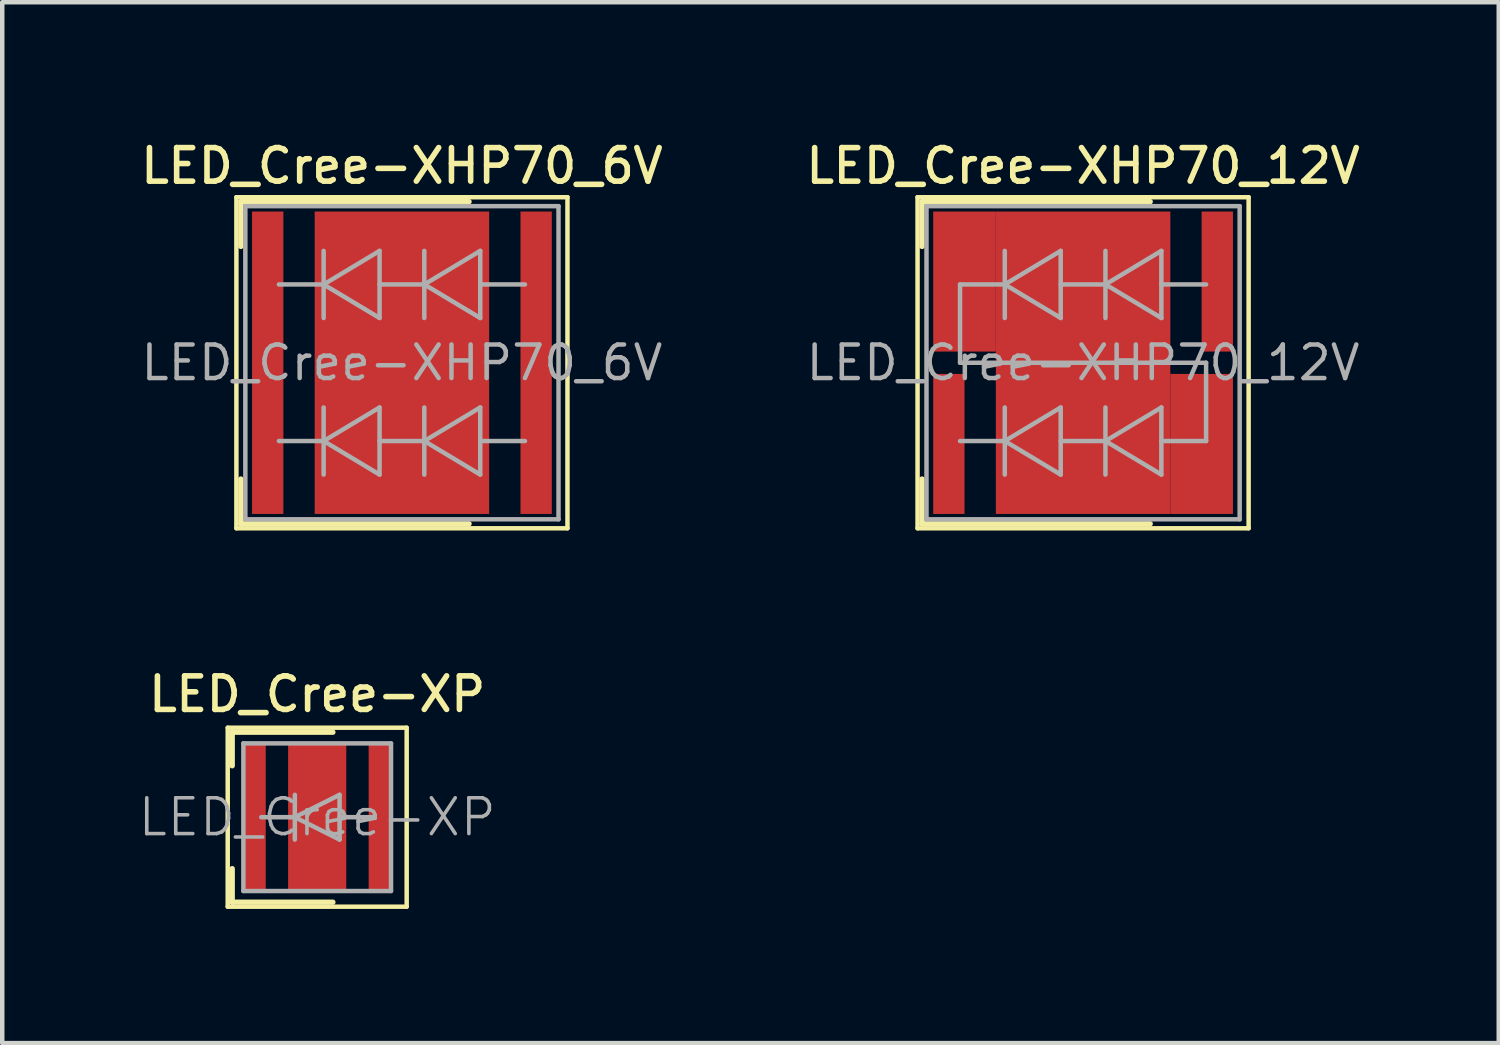
<source format=kicad_pcb>
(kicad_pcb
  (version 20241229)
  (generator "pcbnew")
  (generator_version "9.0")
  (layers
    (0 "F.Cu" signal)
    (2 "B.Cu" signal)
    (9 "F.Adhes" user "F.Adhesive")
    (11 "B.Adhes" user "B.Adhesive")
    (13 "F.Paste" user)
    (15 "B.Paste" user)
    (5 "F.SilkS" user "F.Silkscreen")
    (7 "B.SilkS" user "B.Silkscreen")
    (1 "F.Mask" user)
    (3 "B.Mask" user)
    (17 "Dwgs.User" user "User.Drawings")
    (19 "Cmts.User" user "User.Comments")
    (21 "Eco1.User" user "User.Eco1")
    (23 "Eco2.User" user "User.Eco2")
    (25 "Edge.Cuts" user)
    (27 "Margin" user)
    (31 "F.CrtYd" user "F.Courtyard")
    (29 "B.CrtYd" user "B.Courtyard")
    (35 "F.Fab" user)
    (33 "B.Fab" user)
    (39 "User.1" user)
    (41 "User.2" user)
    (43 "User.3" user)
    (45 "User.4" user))
  (footprint "LED_Cree-XP"
    (layer "F.Cu")
    (at 4.04 15.216)
    (property "Reference" "LED_Cree-XP" (at 0 -2.75 0) (layer "F.SilkS") (effects (font (size 0.75 0.75) (thickness 0.125))))
    (attr smd)
    (fp_line (start -2 -2) (end 2 -2) (stroke (width 0.1) (type solid)) (layer "F.SilkS"))
    (fp_line (start -2 2) (end -2 -2) (stroke (width 0.1) (type solid)) (layer "F.SilkS"))
    (fp_line (start -1.9 -1.9) (end -1.9 -1.15) (stroke (width 0.12) (type solid)) (layer "F.SilkS"))
    (fp_line (start -1.9 1.9) (end -1.9 1.15) (stroke (width 0.12) (type solid)) (layer "F.SilkS"))
    (fp_line (start 0.35 -1.9) (end -1.9 -1.9) (stroke (width 0.12) (type solid)) (layer "F.SilkS"))
    (fp_line (start 0.35 1.9) (end -1.9 1.9) (stroke (width 0.12) (type solid)) (layer "F.SilkS"))
    (fp_line (start 2 -2) (end 2 2) (stroke (width 0.1) (type solid)) (layer "F.SilkS"))
    (fp_line (start 2 2) (end -2 2) (stroke (width 0.1) (type solid)) (layer "F.SilkS"))
    (fp_line (start -1.65 -1.65) (end 1.65 -1.65) (stroke (width 0.1) (type solid)) (layer "F.Fab"))
    (fp_line (start -1.65 1.65) (end -1.65 -1.65) (stroke (width 0.1) (type solid)) (layer "F.Fab"))
    (fp_line (start -1.25 0) (end -0.5 0) (stroke (width 0.1) (type solid)) (layer "F.Fab"))
    (fp_line (start -0.5 -0.5) (end -0.5 0.5) (stroke (width 0.1) (type solid)) (layer "F.Fab"))
    (fp_line (start -0.5 0) (end 0.5 -0.5) (stroke (width 0.1) (type solid)) (layer "F.Fab"))
    (fp_line (start 0.5 -0.5) (end 0.5 0.5) (stroke (width 0.1) (type solid)) (layer "F.Fab"))
    (fp_line (start 0.5 0.5) (end -0.5 0) (stroke (width 0.1) (type solid)) (layer "F.Fab"))
    (fp_line (start 1.25 0) (end 0.5 0) (stroke (width 0.1) (type solid)) (layer "F.Fab"))
    (fp_line (start 1.65 -1.65) (end 1.65 1.65) (stroke (width 0.1) (type solid)) (layer "F.Fab"))
    (fp_line (start 1.65 1.65) (end -1.65 1.65) (stroke (width 0.1) (type solid)) (layer "F.Fab"))
    (fp_text user "${REFERENCE}" (at 0 0 0) (layer "F.Fab") (effects (font (size 0.8 0.8) (thickness 0.08))))
    (pad "" smd rect (at 0 -1) (size 1.01 0.75) (layers "F.Paste"))
    (pad "" smd rect (at 0 0) (size 1.01 0.75) (layers "F.Paste"))
    (pad "" smd rect (at 0 1) (size 1.01 0.75) (layers "F.Paste"))
    (pad "1" smd rect (at -1.4 0) (size 0.5 3.3) (layers "F.Cu" "F.Mask" "F.Paste"))
    (pad "2" smd rect (at 1.4 0) (size 0.5 3.3) (layers "F.Cu" "F.Mask" "F.Paste"))
    (pad "3" smd rect (at 0 0) (size 1.3 3.3) (layers "F.Cu" "F.Mask")))
  (footprint "LED_Cree-XHP70_6V"
    (layer "F.Cu")
    (at 5.934 5.058)
    (property "Reference" "LED_Cree-XHP70_6V" (at 0 -4.4 0) (layer "F.SilkS") (effects (font (size 0.75 0.75) (thickness 0.125))))
    (attr smd)
    (fp_line (start -3.7 -3.7) (end -3.7 3.7) (stroke (width 0.1) (type solid)) (layer "F.SilkS"))
    (fp_line (start -3.7 3.7) (end 3.7 3.7) (stroke (width 0.1) (type solid)) (layer "F.SilkS"))
    (fp_line (start -3.6 -3.6) (end -3.6 -2.6) (stroke (width 0.12) (type solid)) (layer "F.SilkS"))
    (fp_line (start -3.6 3.6) (end -3.6 2.6) (stroke (width 0.12) (type solid)) (layer "F.SilkS"))
    (fp_line (start 1.5 -3.6) (end -3.6 -3.6) (stroke (width 0.12) (type solid)) (layer "F.SilkS"))
    (fp_line (start 1.5 3.6) (end -3.6 3.6) (stroke (width 0.12) (type solid)) (layer "F.SilkS"))
    (fp_line (start 3.7 -3.7) (end -3.7 -3.7) (stroke (width 0.1) (type solid)) (layer "F.SilkS"))
    (fp_line (start 3.7 3.7) (end 3.7 -3.7) (stroke (width 0.1) (type solid)) (layer "F.SilkS"))
    (fp_line (start -3.5 -3.5) (end -3.5 3.5) (stroke (width 0.1) (type solid)) (layer "F.Fab"))
    (fp_line (start -3.5 3.5) (end 3.5 3.5) (stroke (width 0.1) (type solid)) (layer "F.Fab"))
    (fp_line (start -2.75 -1.75) (end -1.75 -1.75) (stroke (width 0.1) (type solid)) (layer "F.Fab"))
    (fp_line (start -2.75 1.75) (end -1.75 1.75) (stroke (width 0.1) (type solid)) (layer "F.Fab"))
    (fp_line (start -1.75 -1.75) (end -1.75 -2.5) (stroke (width 0.1) (type solid)) (layer "F.Fab"))
    (fp_line (start -1.75 -1.75) (end -1.75 -1) (stroke (width 0.1) (type solid)) (layer "F.Fab"))
    (fp_line (start -1.75 -1.75) (end -0.5 -1) (stroke (width 0.1) (type solid)) (layer "F.Fab"))
    (fp_line (start -1.75 1.75) (end -1.75 1) (stroke (width 0.1) (type solid)) (layer "F.Fab"))
    (fp_line (start -1.75 1.75) (end -1.75 2.5) (stroke (width 0.1) (type solid)) (layer "F.Fab"))
    (fp_line (start -1.75 1.75) (end -0.5 2.5) (stroke (width 0.1) (type solid)) (layer "F.Fab"))
    (fp_line (start -0.5 -2.5) (end -1.75 -1.75) (stroke (width 0.1) (type solid)) (layer "F.Fab"))
    (fp_line (start -0.5 -1.75) (end 0.5 -1.75) (stroke (width 0.1) (type solid)) (layer "F.Fab"))
    (fp_line (start -0.5 -1) (end -0.5 -2.5) (stroke (width 0.1) (type solid)) (layer "F.Fab"))
    (fp_line (start -0.5 1) (end -1.75 1.75) (stroke (width 0.1) (type solid)) (layer "F.Fab"))
    (fp_line (start -0.5 1.75) (end 0.5 1.75) (stroke (width 0.1) (type solid)) (layer "F.Fab"))
    (fp_line (start -0.5 2.5) (end -0.5 1) (stroke (width 0.1) (type solid)) (layer "F.Fab"))
    (fp_line (start 0.5 -2.5) (end 0.5 -1) (stroke (width 0.1) (type solid)) (layer "F.Fab"))
    (fp_line (start 0.5 -1.75) (end 1.75 -2.5) (stroke (width 0.1) (type solid)) (layer "F.Fab"))
    (fp_line (start 0.5 1) (end 0.5 2.5) (stroke (width 0.1) (type solid)) (layer "F.Fab"))
    (fp_line (start 0.5 1.75) (end 1.75 1) (stroke (width 0.1) (type solid)) (layer "F.Fab"))
    (fp_line (start 1.75 -1.75) (end 1.75 -2.5) (stroke (width 0.1) (type solid)) (layer "F.Fab"))
    (fp_line (start 1.75 -1.75) (end 1.75 -1) (stroke (width 0.1) (type solid)) (layer "F.Fab"))
    (fp_line (start 1.75 -1) (end 0.5 -1.75) (stroke (width 0.1) (type solid)) (layer "F.Fab"))
    (fp_line (start 1.75 1.75) (end 1.75 1) (stroke (width 0.1) (type solid)) (layer "F.Fab"))
    (fp_line (start 1.75 1.75) (end 1.75 2.5) (stroke (width 0.1) (type solid)) (layer "F.Fab"))
    (fp_line (start 1.75 2.5) (end 0.5 1.75) (stroke (width 0.1) (type solid)) (layer "F.Fab"))
    (fp_line (start 2.75 -1.75) (end 1.75 -1.75) (stroke (width 0.1) (type solid)) (layer "F.Fab"))
    (fp_line (start 2.75 1.75) (end 1.75 1.75) (stroke (width 0.1) (type solid)) (layer "F.Fab"))
    (fp_line (start 3.5 -3.5) (end -3.5 -3.5) (stroke (width 0.1) (type solid)) (layer "F.Fab"))
    (fp_line (start 3.5 3.5) (end 3.5 -3.5) (stroke (width 0.1) (type solid)) (layer "F.Fab"))
    (fp_text user "${REFERENCE}" (at 0 0 0) (layer "F.Fab") (effects (font (size 0.75 0.75) (thickness 0.1))))
    (pad "" smd rect (at -3 -1.815) (size 0.7 3.13) (layers "F.Paste"))
    (pad "" smd rect (at -3 1.815) (size 0.7 3.13) (layers "F.Paste"))
    (pad "" smd rect (at -0.77 -2.31) (size 1.29 1.29) (layers "F.Paste"))
    (pad "" smd rect (at -0.77 -0.77) (size 1.29 1.29) (layers "F.Paste"))
    (pad "" smd rect (at -0.77 0.77) (size 1.29 1.29) (layers "F.Paste"))
    (pad "" smd rect (at -0.77 2.31) (size 1.29 1.29) (layers "F.Paste"))
    (pad "" smd rect (at 0.77 -2.31) (size 1.29 1.29) (layers "F.Paste"))
    (pad "" smd rect (at 0.77 -0.77) (size 1.29 1.29) (layers "F.Paste"))
    (pad "" smd rect (at 0.77 0.77) (size 1.29 1.29) (layers "F.Paste"))
    (pad "" smd rect (at 0.77 2.31) (size 1.29 1.29) (layers "F.Paste"))
    (pad "" smd rect (at 3 -1.815) (size 0.7 3.13) (layers "F.Paste"))
    (pad "" smd rect (at 3 1.815) (size 0.7 3.13) (layers "F.Paste"))
    (pad "1" smd rect (at -3 0) (size 0.7 6.76) (layers "F.Cu" "F.Mask"))
    (pad "2" smd rect (at 3 0) (size 0.7 6.76) (layers "F.Cu" "F.Mask"))
    (pad "3" smd rect (at 0 0) (size 3.9 6.76) (layers "F.Cu" "F.Mask")))
  (footprint "LED_Cree-XHP70_12V"
    (layer "F.Cu")
    (at 21.159 5.058)
    (property "Reference" "LED_Cree-XHP70_12V" (at 0 -4.4 0) (layer "F.SilkS") (effects (font (size 0.75 0.75) (thickness 0.125))))
    (attr smd)
    (fp_line (start -3.7 -3.7) (end -3.7 3.7) (stroke (width 0.1) (type solid)) (layer "F.SilkS"))
    (fp_line (start -3.7 3.7) (end 3.7 3.7) (stroke (width 0.1) (type solid)) (layer "F.SilkS"))
    (fp_line (start -3.6 -3.6) (end -3.6 -2.6) (stroke (width 0.12) (type solid)) (layer "F.SilkS"))
    (fp_line (start -3.6 3.6) (end -3.6 2.6) (stroke (width 0.12) (type solid)) (layer "F.SilkS"))
    (fp_line (start 1.5 -3.6) (end -3.6 -3.6) (stroke (width 0.12) (type solid)) (layer "F.SilkS"))
    (fp_line (start 1.5 3.6) (end -3.6 3.6) (stroke (width 0.12) (type solid)) (layer "F.SilkS"))
    (fp_line (start 3.7 -3.7) (end -3.7 -3.7) (stroke (width 0.1) (type solid)) (layer "F.SilkS"))
    (fp_line (start 3.7 3.7) (end 3.7 -3.7) (stroke (width 0.1) (type solid)) (layer "F.SilkS"))
    (fp_line (start -3.5 -3.5) (end -3.5 3.5) (stroke (width 0.1) (type solid)) (layer "F.Fab"))
    (fp_line (start -3.5 3.5) (end 3.5 3.5) (stroke (width 0.1) (type solid)) (layer "F.Fab"))
    (fp_line (start -2.75 -1.75) (end -2.75 0) (stroke (width 0.1) (type solid)) (layer "F.Fab"))
    (fp_line (start -2.75 -1.75) (end -1.75 -1.75) (stroke (width 0.1) (type solid)) (layer "F.Fab"))
    (fp_line (start -2.75 0) (end 2.75 0) (stroke (width 0.1) (type solid)) (layer "F.Fab"))
    (fp_line (start -2.75 1.75) (end -1.75 1.75) (stroke (width 0.1) (type solid)) (layer "F.Fab"))
    (fp_line (start -1.75 -1.75) (end -1.75 -2.5) (stroke (width 0.1) (type solid)) (layer "F.Fab"))
    (fp_line (start -1.75 -1.75) (end -1.75 -1) (stroke (width 0.1) (type solid)) (layer "F.Fab"))
    (fp_line (start -1.75 -1.75) (end -0.5 -1) (stroke (width 0.1) (type solid)) (layer "F.Fab"))
    (fp_line (start -1.75 1.75) (end -1.75 1) (stroke (width 0.1) (type solid)) (layer "F.Fab"))
    (fp_line (start -1.75 1.75) (end -1.75 2.5) (stroke (width 0.1) (type solid)) (layer "F.Fab"))
    (fp_line (start -1.75 1.75) (end -0.5 2.5) (stroke (width 0.1) (type solid)) (layer "F.Fab"))
    (fp_line (start -0.5 -2.5) (end -1.75 -1.75) (stroke (width 0.1) (type solid)) (layer "F.Fab"))
    (fp_line (start -0.5 -1.75) (end 0.5 -1.75) (stroke (width 0.1) (type solid)) (layer "F.Fab"))
    (fp_line (start -0.5 -1) (end -0.5 -2.5) (stroke (width 0.1) (type solid)) (layer "F.Fab"))
    (fp_line (start -0.5 1) (end -1.75 1.75) (stroke (width 0.1) (type solid)) (layer "F.Fab"))
    (fp_line (start -0.5 1.75) (end 0.5 1.75) (stroke (width 0.1) (type solid)) (layer "F.Fab"))
    (fp_line (start -0.5 2.5) (end -0.5 1) (stroke (width 0.1) (type solid)) (layer "F.Fab"))
    (fp_line (start 0.5 -2.5) (end 0.5 -1) (stroke (width 0.1) (type solid)) (layer "F.Fab"))
    (fp_line (start 0.5 -1.75) (end 1.75 -2.5) (stroke (width 0.1) (type solid)) (layer "F.Fab"))
    (fp_line (start 0.5 1) (end 0.5 2.5) (stroke (width 0.1) (type solid)) (layer "F.Fab"))
    (fp_line (start 0.5 1.75) (end 1.75 1) (stroke (width 0.1) (type solid)) (layer "F.Fab"))
    (fp_line (start 1.75 -1.75) (end 1.75 -2.5) (stroke (width 0.1) (type solid)) (layer "F.Fab"))
    (fp_line (start 1.75 -1.75) (end 1.75 -1) (stroke (width 0.1) (type solid)) (layer "F.Fab"))
    (fp_line (start 1.75 -1) (end 0.5 -1.75) (stroke (width 0.1) (type solid)) (layer "F.Fab"))
    (fp_line (start 1.75 1.75) (end 1.75 1) (stroke (width 0.1) (type solid)) (layer "F.Fab"))
    (fp_line (start 1.75 1.75) (end 1.75 2.5) (stroke (width 0.1) (type solid)) (layer "F.Fab"))
    (fp_line (start 1.75 2.5) (end 0.5 1.75) (stroke (width 0.1) (type solid)) (layer "F.Fab"))
    (fp_line (start 2.75 -1.75) (end 1.75 -1.75) (stroke (width 0.1) (type solid)) (layer "F.Fab"))
    (fp_line (start 2.75 0) (end 2.75 1.75) (stroke (width 0.1) (type solid)) (layer "F.Fab"))
    (fp_line (start 2.75 1.75) (end 1.75 1.75) (stroke (width 0.1) (type solid)) (layer "F.Fab"))
    (fp_line (start 3.5 -3.5) (end -3.5 -3.5) (stroke (width 0.1) (type solid)) (layer "F.Fab"))
    (fp_line (start 3.5 3.5) (end 3.5 -3.5) (stroke (width 0.1) (type solid)) (layer "F.Fab"))
    (fp_text user "${REFERENCE}" (at 0 0 0) (layer "F.Fab") (effects (font (size 0.75 0.75) (thickness 0.1))))
    (pad "" smd rect (at -3 -1.815) (size 0.7 3.13) (layers "F.Paste"))
    (pad "" smd rect (at -0.77 -2.31) (size 1.29 1.29) (layers "F.Paste"))
    (pad "" smd rect (at -0.77 -0.77) (size 1.29 1.29) (layers "F.Paste"))
    (pad "" smd rect (at -0.77 0.77) (size 1.29 1.29) (layers "F.Paste"))
    (pad "" smd rect (at -0.77 2.31) (size 1.29 1.29) (layers "F.Paste"))
    (pad "" smd rect (at 0.77 -2.31) (size 1.29 1.29) (layers "F.Paste"))
    (pad "" smd rect (at 0.77 -0.77) (size 1.29 1.29) (layers "F.Paste"))
    (pad "" smd rect (at 0.77 0.77) (size 1.29 1.29) (layers "F.Paste"))
    (pad "" smd rect (at 0.77 2.31) (size 1.29 1.29) (layers "F.Paste"))
    (pad "" smd rect (at 3 1.815) (size 0.7 3.13) (layers "F.Paste"))
    (pad "1" smd rect (at -3 1.815) (size 0.7 3.13) (layers "F.Cu" "F.Mask" "F.Paste"))
    (pad "2" smd rect (at 3 -1.815) (size 0.7 3.13) (layers "F.Cu" "F.Mask" "F.Paste"))
    (pad "3" smd rect (at -2.65 -1.815) (size 1.4 3.13) (layers "F.Cu" "F.Mask"))
    (pad "3" smd rect (at 0 0) (size 3.9 6.76) (layers "F.Cu" "F.Mask"))
    (pad "3" smd rect (at 2.65 1.815) (size 1.4 3.13) (layers "F.Cu" "F.Mask")))
  (gr_rect
    (start -3 -3)
    (end 30.45 20.266)
    (stroke (width 0.1) (type default))
    (fill no)
    (layer "Edge.Cuts")))
</source>
